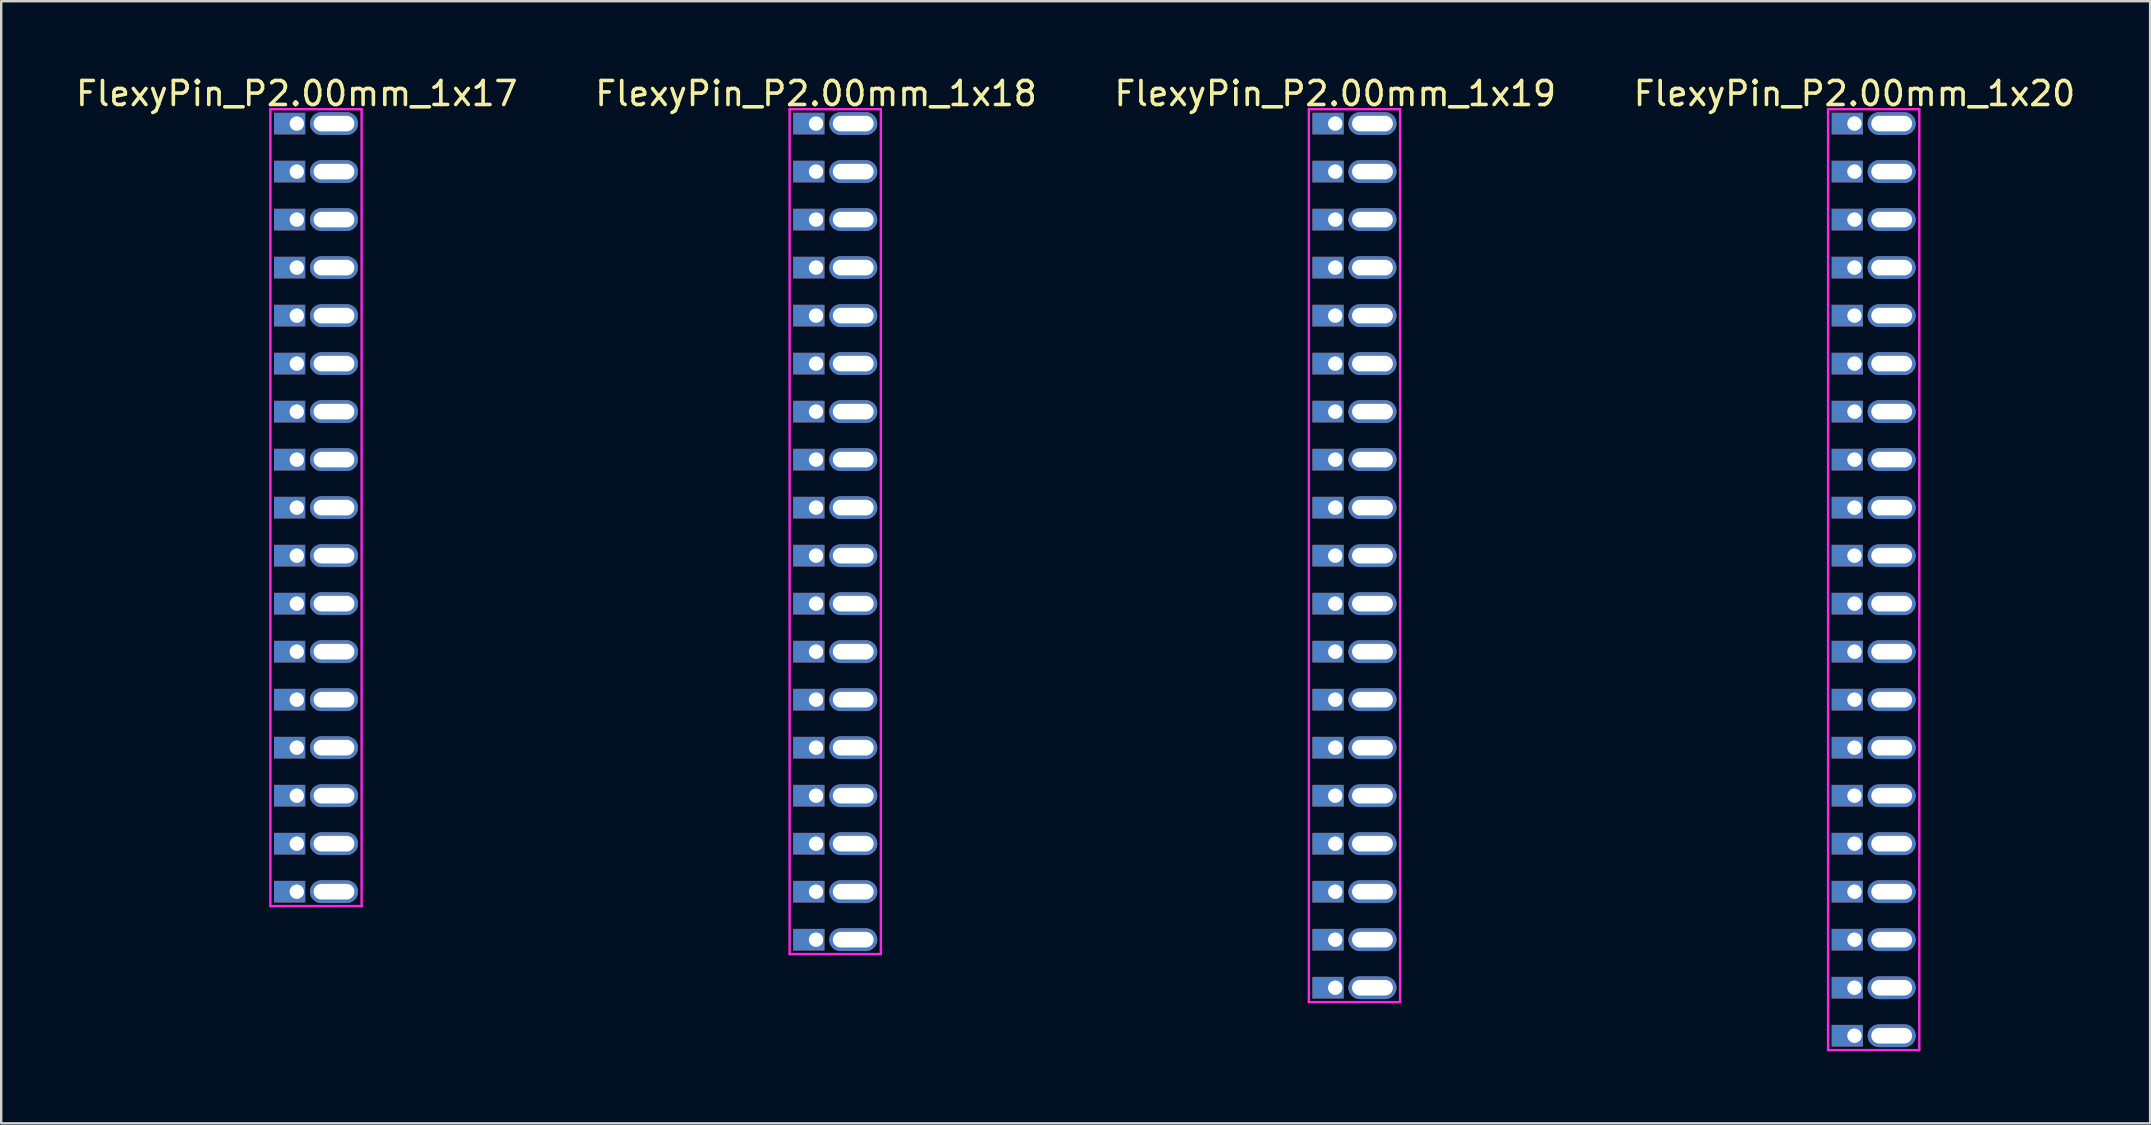
<source format=kicad_pcb>
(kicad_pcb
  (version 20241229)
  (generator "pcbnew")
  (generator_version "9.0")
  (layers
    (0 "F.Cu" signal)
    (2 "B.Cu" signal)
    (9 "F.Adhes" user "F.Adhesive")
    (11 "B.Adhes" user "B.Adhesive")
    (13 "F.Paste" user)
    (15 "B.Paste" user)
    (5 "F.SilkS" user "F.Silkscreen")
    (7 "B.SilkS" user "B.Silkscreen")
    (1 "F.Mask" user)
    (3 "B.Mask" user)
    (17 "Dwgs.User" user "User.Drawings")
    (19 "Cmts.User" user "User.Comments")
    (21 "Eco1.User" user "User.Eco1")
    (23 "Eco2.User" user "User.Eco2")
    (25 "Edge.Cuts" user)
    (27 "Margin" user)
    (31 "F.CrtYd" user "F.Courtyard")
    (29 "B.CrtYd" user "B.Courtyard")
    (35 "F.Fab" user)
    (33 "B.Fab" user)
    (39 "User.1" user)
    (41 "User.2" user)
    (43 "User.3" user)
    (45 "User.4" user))
  (footprint "FlexyPin_P2.00mm_1x18"
    (layer "F.Cu")
    (at 30.946 2.098)
    (property "Reference" "FlexyPin_P2.00mm_1x18" (at 0 -1.25 0) (layer "F.SilkS") (effects (font (size 1 1) (thickness 0.15))))
    (attr through_hole)
    (fp_line (start -1.1 -0.6) (end 2.7 -0.6) (stroke (width 0.1) (type solid)) (layer "F.CrtYd"))
    (fp_line (start -1.1 34.6) (end -1.1 -0.6) (stroke (width 0.1) (type solid)) (layer "F.CrtYd"))
    (fp_line (start 2.7 -0.6) (end 2.7 34.6) (stroke (width 0.1) (type solid)) (layer "F.CrtYd"))
    (fp_line (start 2.7 34.6) (end -1.1 34.6) (stroke (width 0.1) (type solid)) (layer "F.CrtYd"))
    (pad "" thru_hole oval (at 1.55 0) (size 2 0.95) (drill oval 1.7 0.65) (layers "*.Cu" "*.Mask"))
    (pad "" thru_hole oval (at 1.55 2) (size 2 0.95) (drill oval 1.7 0.65) (layers "*.Cu" "*.Mask"))
    (pad "" thru_hole oval (at 1.55 4) (size 2 0.95) (drill oval 1.7 0.65) (layers "*.Cu" "*.Mask"))
    (pad "" thru_hole oval (at 1.55 6) (size 2 0.95) (drill oval 1.7 0.65) (layers "*.Cu" "*.Mask"))
    (pad "" thru_hole oval (at 1.55 8) (size 2 0.95) (drill oval 1.7 0.65) (layers "*.Cu" "*.Mask"))
    (pad "" thru_hole oval (at 1.55 10) (size 2 0.95) (drill oval 1.7 0.65) (layers "*.Cu" "*.Mask"))
    (pad "" thru_hole oval (at 1.55 12) (size 2 0.95) (drill oval 1.7 0.65) (layers "*.Cu" "*.Mask"))
    (pad "" thru_hole oval (at 1.55 14) (size 2 0.95) (drill oval 1.7 0.65) (layers "*.Cu" "*.Mask"))
    (pad "" thru_hole oval (at 1.55 16) (size 2 0.95) (drill oval 1.7 0.65) (layers "*.Cu" "*.Mask"))
    (pad "" thru_hole oval (at 1.55 18) (size 2 0.95) (drill oval 1.7 0.65) (layers "*.Cu" "*.Mask"))
    (pad "" thru_hole oval (at 1.55 20) (size 2 0.95) (drill oval 1.7 0.65) (layers "*.Cu" "*.Mask"))
    (pad "" thru_hole oval (at 1.55 22) (size 2 0.95) (drill oval 1.7 0.65) (layers "*.Cu" "*.Mask"))
    (pad "" thru_hole oval (at 1.55 24) (size 2 0.95) (drill oval 1.7 0.65) (layers "*.Cu" "*.Mask"))
    (pad "" thru_hole oval (at 1.55 26) (size 2 0.95) (drill oval 1.7 0.65) (layers "*.Cu" "*.Mask"))
    (pad "" thru_hole oval (at 1.55 28) (size 2 0.95) (drill oval 1.7 0.65) (layers "*.Cu" "*.Mask"))
    (pad "" thru_hole oval (at 1.55 30) (size 2 0.95) (drill oval 1.7 0.65) (layers "*.Cu" "*.Mask"))
    (pad "" thru_hole oval (at 1.55 32) (size 2 0.95) (drill oval 1.7 0.65) (layers "*.Cu" "*.Mask"))
    (pad "" thru_hole oval (at 1.55 34) (size 2 0.95) (drill oval 1.7 0.65) (layers "*.Cu" "*.Mask"))
    (pad "1" thru_hole rect (at 0 0) (size 1.3 0.9) (drill 0.6 (offset -0.3 0)) (layers "*.Cu" "*.Mask"))
    (pad "2" thru_hole rect (at 0 2) (size 1.3 0.9) (drill 0.6 (offset -0.3 0)) (layers "*.Cu" "*.Mask"))
    (pad "3" thru_hole rect (at 0 4) (size 1.3 0.9) (drill 0.6 (offset -0.3 0)) (layers "*.Cu" "*.Mask"))
    (pad "4" thru_hole rect (at 0 6) (size 1.3 0.9) (drill 0.6 (offset -0.3 0)) (layers "*.Cu" "*.Mask"))
    (pad "5" thru_hole rect (at 0 8) (size 1.3 0.9) (drill 0.6 (offset -0.3 0)) (layers "*.Cu" "*.Mask"))
    (pad "6" thru_hole rect (at 0 10) (size 1.3 0.9) (drill 0.6 (offset -0.3 0)) (layers "*.Cu" "*.Mask"))
    (pad "7" thru_hole rect (at 0 12) (size 1.3 0.9) (drill 0.6 (offset -0.3 0)) (layers "*.Cu" "*.Mask"))
    (pad "8" thru_hole rect (at 0 14) (size 1.3 0.9) (drill 0.6 (offset -0.3 0)) (layers "*.Cu" "*.Mask"))
    (pad "9" thru_hole rect (at 0 16) (size 1.3 0.9) (drill 0.6 (offset -0.3 0)) (layers "*.Cu" "*.Mask"))
    (pad "10" thru_hole rect (at 0 18) (size 1.3 0.9) (drill 0.6 (offset -0.3 0)) (layers "*.Cu" "*.Mask"))
    (pad "11" thru_hole rect (at 0 20) (size 1.3 0.9) (drill 0.6 (offset -0.3 0)) (layers "*.Cu" "*.Mask"))
    (pad "12" thru_hole rect (at 0 22) (size 1.3 0.9) (drill 0.6 (offset -0.3 0)) (layers "*.Cu" "*.Mask"))
    (pad "13" thru_hole rect (at 0 24) (size 1.3 0.9) (drill 0.6 (offset -0.3 0)) (layers "*.Cu" "*.Mask"))
    (pad "14" thru_hole rect (at 0 26) (size 1.3 0.9) (drill 0.6 (offset -0.3 0)) (layers "*.Cu" "*.Mask"))
    (pad "15" thru_hole rect (at 0 28) (size 1.3 0.9) (drill 0.6 (offset -0.3 0)) (layers "*.Cu" "*.Mask"))
    (pad "16" thru_hole rect (at 0 30) (size 1.3 0.9) (drill 0.6 (offset -0.3 0)) (layers "*.Cu" "*.Mask"))
    (pad "17" thru_hole rect (at 0 32) (size 1.3 0.9) (drill 0.6 (offset -0.3 0)) (layers "*.Cu" "*.Mask"))
    (pad "18" thru_hole rect (at 0 34) (size 1.3 0.9) (drill 0.6 (offset -0.3 0)) (layers "*.Cu" "*.Mask")))
  (footprint "FlexyPin_P2.00mm_1x20"
    (layer "F.Cu")
    (at 74.208 2.098)
    (property "Reference" "FlexyPin_P2.00mm_1x20" (at 0 -1.25 0) (layer "F.SilkS") (effects (font (size 1 1) (thickness 0.15))))
    (attr through_hole)
    (fp_line (start -1.1 -0.6) (end 2.7 -0.6) (stroke (width 0.1) (type solid)) (layer "F.CrtYd"))
    (fp_line (start -1.1 38.6) (end -1.1 -0.6) (stroke (width 0.1) (type solid)) (layer "F.CrtYd"))
    (fp_line (start 2.7 -0.6) (end 2.7 38.6) (stroke (width 0.1) (type solid)) (layer "F.CrtYd"))
    (fp_line (start 2.7 38.6) (end -1.1 38.6) (stroke (width 0.1) (type solid)) (layer "F.CrtYd"))
    (pad "" thru_hole oval (at 1.55 0) (size 2 0.95) (drill oval 1.7 0.65) (layers "*.Cu" "*.Mask"))
    (pad "" thru_hole oval (at 1.55 2) (size 2 0.95) (drill oval 1.7 0.65) (layers "*.Cu" "*.Mask"))
    (pad "" thru_hole oval (at 1.55 4) (size 2 0.95) (drill oval 1.7 0.65) (layers "*.Cu" "*.Mask"))
    (pad "" thru_hole oval (at 1.55 6) (size 2 0.95) (drill oval 1.7 0.65) (layers "*.Cu" "*.Mask"))
    (pad "" thru_hole oval (at 1.55 8) (size 2 0.95) (drill oval 1.7 0.65) (layers "*.Cu" "*.Mask"))
    (pad "" thru_hole oval (at 1.55 10) (size 2 0.95) (drill oval 1.7 0.65) (layers "*.Cu" "*.Mask"))
    (pad "" thru_hole oval (at 1.55 12) (size 2 0.95) (drill oval 1.7 0.65) (layers "*.Cu" "*.Mask"))
    (pad "" thru_hole oval (at 1.55 14) (size 2 0.95) (drill oval 1.7 0.65) (layers "*.Cu" "*.Mask"))
    (pad "" thru_hole oval (at 1.55 16) (size 2 0.95) (drill oval 1.7 0.65) (layers "*.Cu" "*.Mask"))
    (pad "" thru_hole oval (at 1.55 18) (size 2 0.95) (drill oval 1.7 0.65) (layers "*.Cu" "*.Mask"))
    (pad "" thru_hole oval (at 1.55 20) (size 2 0.95) (drill oval 1.7 0.65) (layers "*.Cu" "*.Mask"))
    (pad "" thru_hole oval (at 1.55 22) (size 2 0.95) (drill oval 1.7 0.65) (layers "*.Cu" "*.Mask"))
    (pad "" thru_hole oval (at 1.55 24) (size 2 0.95) (drill oval 1.7 0.65) (layers "*.Cu" "*.Mask"))
    (pad "" thru_hole oval (at 1.55 26) (size 2 0.95) (drill oval 1.7 0.65) (layers "*.Cu" "*.Mask"))
    (pad "" thru_hole oval (at 1.55 28) (size 2 0.95) (drill oval 1.7 0.65) (layers "*.Cu" "*.Mask"))
    (pad "" thru_hole oval (at 1.55 30) (size 2 0.95) (drill oval 1.7 0.65) (layers "*.Cu" "*.Mask"))
    (pad "" thru_hole oval (at 1.55 32) (size 2 0.95) (drill oval 1.7 0.65) (layers "*.Cu" "*.Mask"))
    (pad "" thru_hole oval (at 1.55 34) (size 2 0.95) (drill oval 1.7 0.65) (layers "*.Cu" "*.Mask"))
    (pad "" thru_hole oval (at 1.55 36) (size 2 0.95) (drill oval 1.7 0.65) (layers "*.Cu" "*.Mask"))
    (pad "" thru_hole oval (at 1.55 38) (size 2 0.95) (drill oval 1.7 0.65) (layers "*.Cu" "*.Mask"))
    (pad "1" thru_hole rect (at 0 0) (size 1.3 0.9) (drill 0.6 (offset -0.3 0)) (layers "*.Cu" "*.Mask"))
    (pad "2" thru_hole rect (at 0 2) (size 1.3 0.9) (drill 0.6 (offset -0.3 0)) (layers "*.Cu" "*.Mask"))
    (pad "3" thru_hole rect (at 0 4) (size 1.3 0.9) (drill 0.6 (offset -0.3 0)) (layers "*.Cu" "*.Mask"))
    (pad "4" thru_hole rect (at 0 6) (size 1.3 0.9) (drill 0.6 (offset -0.3 0)) (layers "*.Cu" "*.Mask"))
    (pad "5" thru_hole rect (at 0 8) (size 1.3 0.9) (drill 0.6 (offset -0.3 0)) (layers "*.Cu" "*.Mask"))
    (pad "6" thru_hole rect (at 0 10) (size 1.3 0.9) (drill 0.6 (offset -0.3 0)) (layers "*.Cu" "*.Mask"))
    (pad "7" thru_hole rect (at 0 12) (size 1.3 0.9) (drill 0.6 (offset -0.3 0)) (layers "*.Cu" "*.Mask"))
    (pad "8" thru_hole rect (at 0 14) (size 1.3 0.9) (drill 0.6 (offset -0.3 0)) (layers "*.Cu" "*.Mask"))
    (pad "9" thru_hole rect (at 0 16) (size 1.3 0.9) (drill 0.6 (offset -0.3 0)) (layers "*.Cu" "*.Mask"))
    (pad "10" thru_hole rect (at 0 18) (size 1.3 0.9) (drill 0.6 (offset -0.3 0)) (layers "*.Cu" "*.Mask"))
    (pad "11" thru_hole rect (at 0 20) (size 1.3 0.9) (drill 0.6 (offset -0.3 0)) (layers "*.Cu" "*.Mask"))
    (pad "12" thru_hole rect (at 0 22) (size 1.3 0.9) (drill 0.6 (offset -0.3 0)) (layers "*.Cu" "*.Mask"))
    (pad "13" thru_hole rect (at 0 24) (size 1.3 0.9) (drill 0.6 (offset -0.3 0)) (layers "*.Cu" "*.Mask"))
    (pad "14" thru_hole rect (at 0 26) (size 1.3 0.9) (drill 0.6 (offset -0.3 0)) (layers "*.Cu" "*.Mask"))
    (pad "15" thru_hole rect (at 0 28) (size 1.3 0.9) (drill 0.6 (offset -0.3 0)) (layers "*.Cu" "*.Mask"))
    (pad "16" thru_hole rect (at 0 30) (size 1.3 0.9) (drill 0.6 (offset -0.3 0)) (layers "*.Cu" "*.Mask"))
    (pad "17" thru_hole rect (at 0 32) (size 1.3 0.9) (drill 0.6 (offset -0.3 0)) (layers "*.Cu" "*.Mask"))
    (pad "18" thru_hole rect (at 0 34) (size 1.3 0.9) (drill 0.6 (offset -0.3 0)) (layers "*.Cu" "*.Mask"))
    (pad "19" thru_hole rect (at 0 36) (size 1.3 0.9) (drill 0.6 (offset -0.3 0)) (layers "*.Cu" "*.Mask"))
    (pad "20" thru_hole rect (at 0 38) (size 1.3 0.9) (drill 0.6 (offset -0.3 0)) (layers "*.Cu" "*.Mask")))
  (footprint "FlexyPin_P2.00mm_1x17"
    (layer "F.Cu")
    (at 9.315 2.098)
    (property "Reference" "FlexyPin_P2.00mm_1x17" (at 0 -1.25 0) (layer "F.SilkS") (effects (font (size 1 1) (thickness 0.15))))
    (attr through_hole)
    (fp_line (start -1.1 -0.6) (end 2.7 -0.6) (stroke (width 0.1) (type solid)) (layer "F.CrtYd"))
    (fp_line (start -1.1 32.6) (end -1.1 -0.6) (stroke (width 0.1) (type solid)) (layer "F.CrtYd"))
    (fp_line (start 2.7 -0.6) (end 2.7 32.6) (stroke (width 0.1) (type solid)) (layer "F.CrtYd"))
    (fp_line (start 2.7 32.6) (end -1.1 32.6) (stroke (width 0.1) (type solid)) (layer "F.CrtYd"))
    (pad "" thru_hole oval (at 1.55 0) (size 2 0.95) (drill oval 1.7 0.65) (layers "*.Cu" "*.Mask"))
    (pad "" thru_hole oval (at 1.55 2) (size 2 0.95) (drill oval 1.7 0.65) (layers "*.Cu" "*.Mask"))
    (pad "" thru_hole oval (at 1.55 4) (size 2 0.95) (drill oval 1.7 0.65) (layers "*.Cu" "*.Mask"))
    (pad "" thru_hole oval (at 1.55 6) (size 2 0.95) (drill oval 1.7 0.65) (layers "*.Cu" "*.Mask"))
    (pad "" thru_hole oval (at 1.55 8) (size 2 0.95) (drill oval 1.7 0.65) (layers "*.Cu" "*.Mask"))
    (pad "" thru_hole oval (at 1.55 10) (size 2 0.95) (drill oval 1.7 0.65) (layers "*.Cu" "*.Mask"))
    (pad "" thru_hole oval (at 1.55 12) (size 2 0.95) (drill oval 1.7 0.65) (layers "*.Cu" "*.Mask"))
    (pad "" thru_hole oval (at 1.55 14) (size 2 0.95) (drill oval 1.7 0.65) (layers "*.Cu" "*.Mask"))
    (pad "" thru_hole oval (at 1.55 16) (size 2 0.95) (drill oval 1.7 0.65) (layers "*.Cu" "*.Mask"))
    (pad "" thru_hole oval (at 1.55 18) (size 2 0.95) (drill oval 1.7 0.65) (layers "*.Cu" "*.Mask"))
    (pad "" thru_hole oval (at 1.55 20) (size 2 0.95) (drill oval 1.7 0.65) (layers "*.Cu" "*.Mask"))
    (pad "" thru_hole oval (at 1.55 22) (size 2 0.95) (drill oval 1.7 0.65) (layers "*.Cu" "*.Mask"))
    (pad "" thru_hole oval (at 1.55 24) (size 2 0.95) (drill oval 1.7 0.65) (layers "*.Cu" "*.Mask"))
    (pad "" thru_hole oval (at 1.55 26) (size 2 0.95) (drill oval 1.7 0.65) (layers "*.Cu" "*.Mask"))
    (pad "" thru_hole oval (at 1.55 28) (size 2 0.95) (drill oval 1.7 0.65) (layers "*.Cu" "*.Mask"))
    (pad "" thru_hole oval (at 1.55 30) (size 2 0.95) (drill oval 1.7 0.65) (layers "*.Cu" "*.Mask"))
    (pad "" thru_hole oval (at 1.55 32) (size 2 0.95) (drill oval 1.7 0.65) (layers "*.Cu" "*.Mask"))
    (pad "1" thru_hole rect (at 0 0) (size 1.3 0.9) (drill 0.6 (offset -0.3 0)) (layers "*.Cu" "*.Mask"))
    (pad "2" thru_hole rect (at 0 2) (size 1.3 0.9) (drill 0.6 (offset -0.3 0)) (layers "*.Cu" "*.Mask"))
    (pad "3" thru_hole rect (at 0 4) (size 1.3 0.9) (drill 0.6 (offset -0.3 0)) (layers "*.Cu" "*.Mask"))
    (pad "4" thru_hole rect (at 0 6) (size 1.3 0.9) (drill 0.6 (offset -0.3 0)) (layers "*.Cu" "*.Mask"))
    (pad "5" thru_hole rect (at 0 8) (size 1.3 0.9) (drill 0.6 (offset -0.3 0)) (layers "*.Cu" "*.Mask"))
    (pad "6" thru_hole rect (at 0 10) (size 1.3 0.9) (drill 0.6 (offset -0.3 0)) (layers "*.Cu" "*.Mask"))
    (pad "7" thru_hole rect (at 0 12) (size 1.3 0.9) (drill 0.6 (offset -0.3 0)) (layers "*.Cu" "*.Mask"))
    (pad "8" thru_hole rect (at 0 14) (size 1.3 0.9) (drill 0.6 (offset -0.3 0)) (layers "*.Cu" "*.Mask"))
    (pad "9" thru_hole rect (at 0 16) (size 1.3 0.9) (drill 0.6 (offset -0.3 0)) (layers "*.Cu" "*.Mask"))
    (pad "10" thru_hole rect (at 0 18) (size 1.3 0.9) (drill 0.6 (offset -0.3 0)) (layers "*.Cu" "*.Mask"))
    (pad "11" thru_hole rect (at 0 20) (size 1.3 0.9) (drill 0.6 (offset -0.3 0)) (layers "*.Cu" "*.Mask"))
    (pad "12" thru_hole rect (at 0 22) (size 1.3 0.9) (drill 0.6 (offset -0.3 0)) (layers "*.Cu" "*.Mask"))
    (pad "13" thru_hole rect (at 0 24) (size 1.3 0.9) (drill 0.6 (offset -0.3 0)) (layers "*.Cu" "*.Mask"))
    (pad "14" thru_hole rect (at 0 26) (size 1.3 0.9) (drill 0.6 (offset -0.3 0)) (layers "*.Cu" "*.Mask"))
    (pad "15" thru_hole rect (at 0 28) (size 1.3 0.9) (drill 0.6 (offset -0.3 0)) (layers "*.Cu" "*.Mask"))
    (pad "16" thru_hole rect (at 0 30) (size 1.3 0.9) (drill 0.6 (offset -0.3 0)) (layers "*.Cu" "*.Mask"))
    (pad "17" thru_hole rect (at 0 32) (size 1.3 0.9) (drill 0.6 (offset -0.3 0)) (layers "*.Cu" "*.Mask")))
  (footprint "FlexyPin_P2.00mm_1x19"
    (layer "F.Cu")
    (at 52.577 2.098)
    (property "Reference" "FlexyPin_P2.00mm_1x19" (at 0 -1.25 0) (layer "F.SilkS") (effects (font (size 1 1) (thickness 0.15))))
    (attr through_hole)
    (fp_line (start -1.1 -0.6) (end 2.7 -0.6) (stroke (width 0.1) (type solid)) (layer "F.CrtYd"))
    (fp_line (start -1.1 36.6) (end -1.1 -0.6) (stroke (width 0.1) (type solid)) (layer "F.CrtYd"))
    (fp_line (start 2.7 -0.6) (end 2.7 36.6) (stroke (width 0.1) (type solid)) (layer "F.CrtYd"))
    (fp_line (start 2.7 36.6) (end -1.1 36.6) (stroke (width 0.1) (type solid)) (layer "F.CrtYd"))
    (pad "" thru_hole oval (at 1.55 0) (size 2 0.95) (drill oval 1.7 0.65) (layers "*.Cu" "*.Mask"))
    (pad "" thru_hole oval (at 1.55 2) (size 2 0.95) (drill oval 1.7 0.65) (layers "*.Cu" "*.Mask"))
    (pad "" thru_hole oval (at 1.55 4) (size 2 0.95) (drill oval 1.7 0.65) (layers "*.Cu" "*.Mask"))
    (pad "" thru_hole oval (at 1.55 6) (size 2 0.95) (drill oval 1.7 0.65) (layers "*.Cu" "*.Mask"))
    (pad "" thru_hole oval (at 1.55 8) (size 2 0.95) (drill oval 1.7 0.65) (layers "*.Cu" "*.Mask"))
    (pad "" thru_hole oval (at 1.55 10) (size 2 0.95) (drill oval 1.7 0.65) (layers "*.Cu" "*.Mask"))
    (pad "" thru_hole oval (at 1.55 12) (size 2 0.95) (drill oval 1.7 0.65) (layers "*.Cu" "*.Mask"))
    (pad "" thru_hole oval (at 1.55 14) (size 2 0.95) (drill oval 1.7 0.65) (layers "*.Cu" "*.Mask"))
    (pad "" thru_hole oval (at 1.55 16) (size 2 0.95) (drill oval 1.7 0.65) (layers "*.Cu" "*.Mask"))
    (pad "" thru_hole oval (at 1.55 18) (size 2 0.95) (drill oval 1.7 0.65) (layers "*.Cu" "*.Mask"))
    (pad "" thru_hole oval (at 1.55 20) (size 2 0.95) (drill oval 1.7 0.65) (layers "*.Cu" "*.Mask"))
    (pad "" thru_hole oval (at 1.55 22) (size 2 0.95) (drill oval 1.7 0.65) (layers "*.Cu" "*.Mask"))
    (pad "" thru_hole oval (at 1.55 24) (size 2 0.95) (drill oval 1.7 0.65) (layers "*.Cu" "*.Mask"))
    (pad "" thru_hole oval (at 1.55 26) (size 2 0.95) (drill oval 1.7 0.65) (layers "*.Cu" "*.Mask"))
    (pad "" thru_hole oval (at 1.55 28) (size 2 0.95) (drill oval 1.7 0.65) (layers "*.Cu" "*.Mask"))
    (pad "" thru_hole oval (at 1.55 30) (size 2 0.95) (drill oval 1.7 0.65) (layers "*.Cu" "*.Mask"))
    (pad "" thru_hole oval (at 1.55 32) (size 2 0.95) (drill oval 1.7 0.65) (layers "*.Cu" "*.Mask"))
    (pad "" thru_hole oval (at 1.55 34) (size 2 0.95) (drill oval 1.7 0.65) (layers "*.Cu" "*.Mask"))
    (pad "" thru_hole oval (at 1.55 36) (size 2 0.95) (drill oval 1.7 0.65) (layers "*.Cu" "*.Mask"))
    (pad "1" thru_hole rect (at 0 0) (size 1.3 0.9) (drill 0.6 (offset -0.3 0)) (layers "*.Cu" "*.Mask"))
    (pad "2" thru_hole rect (at 0 2) (size 1.3 0.9) (drill 0.6 (offset -0.3 0)) (layers "*.Cu" "*.Mask"))
    (pad "3" thru_hole rect (at 0 4) (size 1.3 0.9) (drill 0.6 (offset -0.3 0)) (layers "*.Cu" "*.Mask"))
    (pad "4" thru_hole rect (at 0 6) (size 1.3 0.9) (drill 0.6 (offset -0.3 0)) (layers "*.Cu" "*.Mask"))
    (pad "5" thru_hole rect (at 0 8) (size 1.3 0.9) (drill 0.6 (offset -0.3 0)) (layers "*.Cu" "*.Mask"))
    (pad "6" thru_hole rect (at 0 10) (size 1.3 0.9) (drill 0.6 (offset -0.3 0)) (layers "*.Cu" "*.Mask"))
    (pad "7" thru_hole rect (at 0 12) (size 1.3 0.9) (drill 0.6 (offset -0.3 0)) (layers "*.Cu" "*.Mask"))
    (pad "8" thru_hole rect (at 0 14) (size 1.3 0.9) (drill 0.6 (offset -0.3 0)) (layers "*.Cu" "*.Mask"))
    (pad "9" thru_hole rect (at 0 16) (size 1.3 0.9) (drill 0.6 (offset -0.3 0)) (layers "*.Cu" "*.Mask"))
    (pad "10" thru_hole rect (at 0 18) (size 1.3 0.9) (drill 0.6 (offset -0.3 0)) (layers "*.Cu" "*.Mask"))
    (pad "11" thru_hole rect (at 0 20) (size 1.3 0.9) (drill 0.6 (offset -0.3 0)) (layers "*.Cu" "*.Mask"))
    (pad "12" thru_hole rect (at 0 22) (size 1.3 0.9) (drill 0.6 (offset -0.3 0)) (layers "*.Cu" "*.Mask"))
    (pad "13" thru_hole rect (at 0 24) (size 1.3 0.9) (drill 0.6 (offset -0.3 0)) (layers "*.Cu" "*.Mask"))
    (pad "14" thru_hole rect (at 0 26) (size 1.3 0.9) (drill 0.6 (offset -0.3 0)) (layers "*.Cu" "*.Mask"))
    (pad "15" thru_hole rect (at 0 28) (size 1.3 0.9) (drill 0.6 (offset -0.3 0)) (layers "*.Cu" "*.Mask"))
    (pad "16" thru_hole rect (at 0 30) (size 1.3 0.9) (drill 0.6 (offset -0.3 0)) (layers "*.Cu" "*.Mask"))
    (pad "17" thru_hole rect (at 0 32) (size 1.3 0.9) (drill 0.6 (offset -0.3 0)) (layers "*.Cu" "*.Mask"))
    (pad "18" thru_hole rect (at 0 34) (size 1.3 0.9) (drill 0.6 (offset -0.3 0)) (layers "*.Cu" "*.Mask"))
    (pad "19" thru_hole rect (at 0 36) (size 1.3 0.9) (drill 0.6 (offset -0.3 0)) (layers "*.Cu" "*.Mask")))
  (gr_rect
    (start -3 -3)
    (end 86.524 43.748)
    (stroke (width 0.1) (type default))
    (fill no)
    (layer "Edge.Cuts")))
</source>
